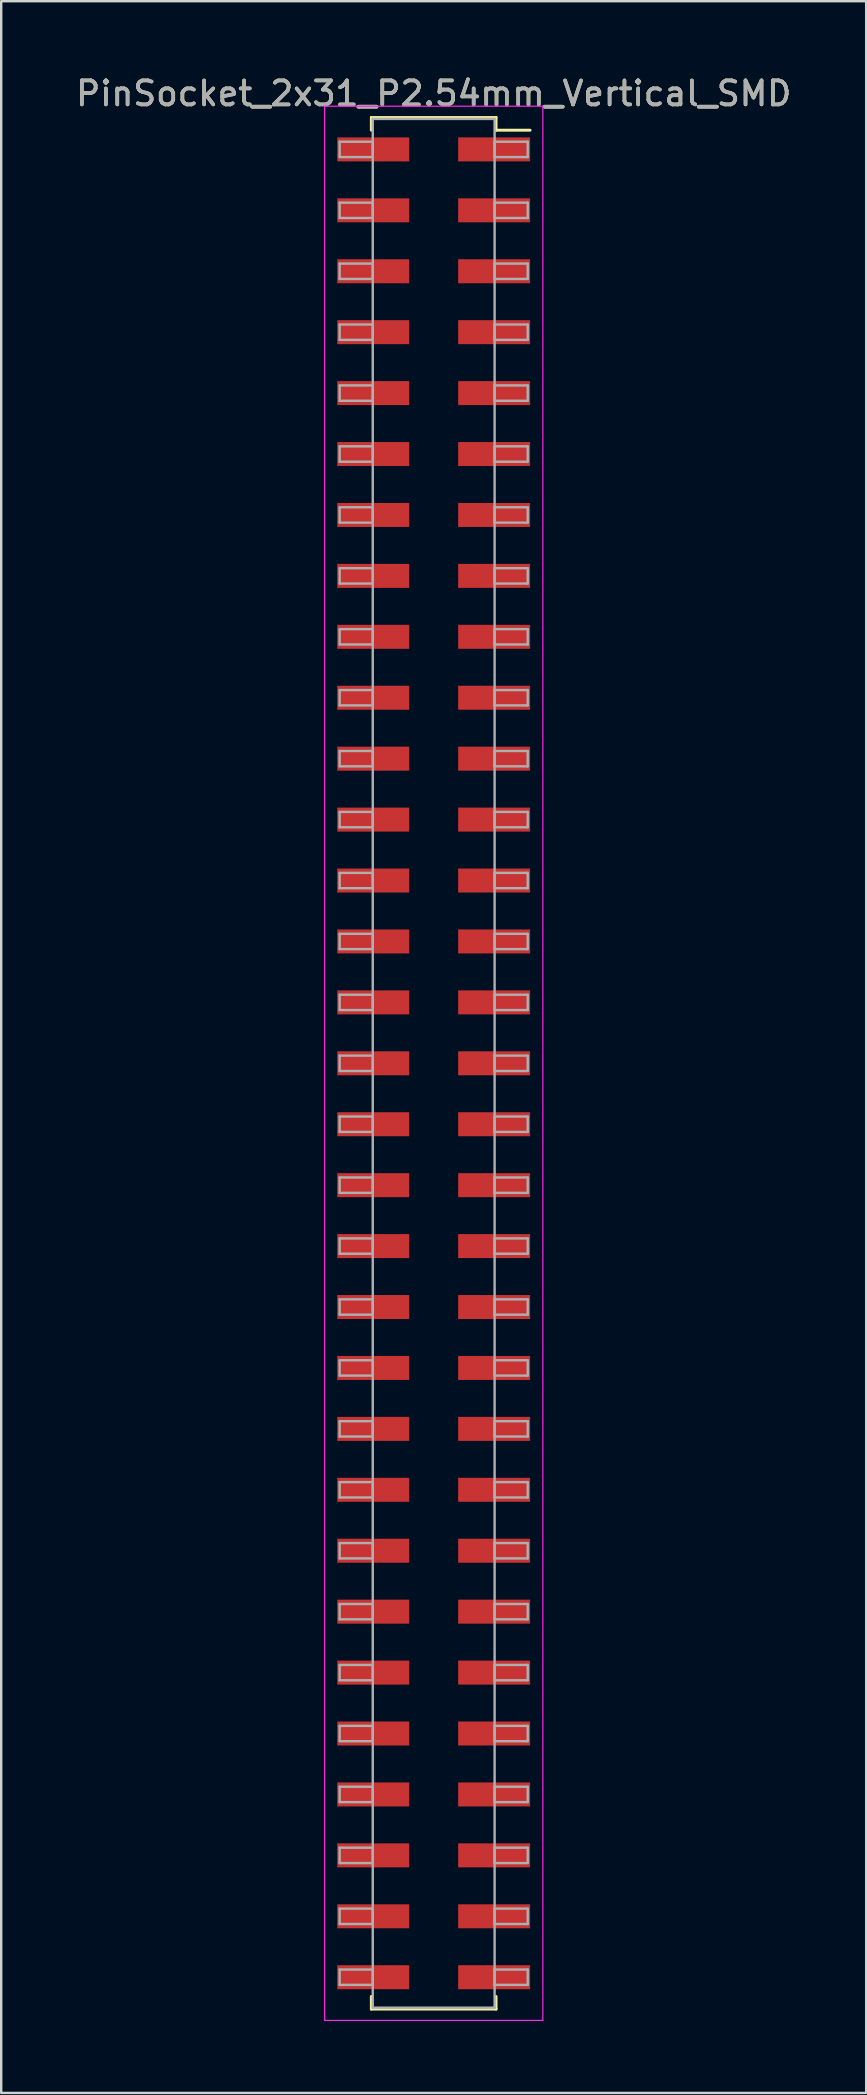
<source format=kicad_pcb>
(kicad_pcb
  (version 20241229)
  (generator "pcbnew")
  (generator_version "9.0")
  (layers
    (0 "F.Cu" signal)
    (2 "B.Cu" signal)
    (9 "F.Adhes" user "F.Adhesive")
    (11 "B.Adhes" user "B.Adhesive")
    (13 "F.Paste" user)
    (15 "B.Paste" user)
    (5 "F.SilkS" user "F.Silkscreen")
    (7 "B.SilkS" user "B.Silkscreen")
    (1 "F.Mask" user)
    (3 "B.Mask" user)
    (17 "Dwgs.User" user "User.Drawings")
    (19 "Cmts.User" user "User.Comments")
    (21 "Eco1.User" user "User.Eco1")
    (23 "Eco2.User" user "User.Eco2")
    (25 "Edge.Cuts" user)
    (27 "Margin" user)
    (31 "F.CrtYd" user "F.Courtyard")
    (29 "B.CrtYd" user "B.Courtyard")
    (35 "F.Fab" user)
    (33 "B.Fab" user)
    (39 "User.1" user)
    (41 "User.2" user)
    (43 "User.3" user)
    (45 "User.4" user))
  (footprint "PinSocket_2x31_P2.54mm_Vertical_SMD"
    (layer "F.Cu")
    (at 15.03 41.278)
    (property "Reference" "PinSocket_2x31_P2.54mm_Vertical_SMD" (at 0 -40.43 0) (layer "F.SilkS") (effects (font (size 1 1) (thickness 0.15))))
    (attr smd)
    (fp_line (start -2.6 -39.43) (end 2.6 -39.43) (stroke (width 0.12) (type solid)) (layer "F.SilkS"))
    (fp_line (start -2.6 -38.9) (end -2.6 -39.43) (stroke (width 0.12) (type solid)) (layer "F.SilkS"))
    (fp_line (start -2.6 38.9) (end -2.6 39.43) (stroke (width 0.12) (type solid)) (layer "F.SilkS"))
    (fp_line (start -2.6 39.43) (end 2.6 39.43) (stroke (width 0.12) (type solid)) (layer "F.SilkS"))
    (fp_line (start 2.6 -39.43) (end 2.6 -38.9) (stroke (width 0.12) (type solid)) (layer "F.SilkS"))
    (fp_line (start 2.6 39.43) (end 2.6 38.9) (stroke (width 0.12) (type solid)) (layer "F.SilkS"))
    (fp_line (start 4.02 -38.9) (end 2.6 -38.9) (stroke (width 0.12) (type solid)) (layer "F.SilkS"))
    (fp_line (start -4.55 -39.9) (end -4.55 39.9) (stroke (width 0.05) (type solid)) (layer "F.CrtYd"))
    (fp_line (start -4.55 39.9) (end 4.55 39.9) (stroke (width 0.05) (type solid)) (layer "F.CrtYd"))
    (fp_line (start 4.55 -39.9) (end -4.55 -39.9) (stroke (width 0.05) (type solid)) (layer "F.CrtYd"))
    (fp_line (start 4.55 39.9) (end 4.55 -39.9) (stroke (width 0.05) (type solid)) (layer "F.CrtYd"))
    (fp_line (start -3.92 -38.42) (end -2.54 -38.42) (stroke (width 0.1) (type solid)) (layer "F.Fab"))
    (fp_line (start -3.92 -37.78) (end -3.92 -38.42) (stroke (width 0.1) (type solid)) (layer "F.Fab"))
    (fp_line (start -3.92 -35.88) (end -2.54 -35.88) (stroke (width 0.1) (type solid)) (layer "F.Fab"))
    (fp_line (start -3.92 -35.24) (end -3.92 -35.88) (stroke (width 0.1) (type solid)) (layer "F.Fab"))
    (fp_line (start -3.92 -33.34) (end -2.54 -33.34) (stroke (width 0.1) (type solid)) (layer "F.Fab"))
    (fp_line (start -3.92 -32.7) (end -3.92 -33.34) (stroke (width 0.1) (type solid)) (layer "F.Fab"))
    (fp_line (start -3.92 -30.8) (end -2.54 -30.8) (stroke (width 0.1) (type solid)) (layer "F.Fab"))
    (fp_line (start -3.92 -30.16) (end -3.92 -30.8) (stroke (width 0.1) (type solid)) (layer "F.Fab"))
    (fp_line (start -3.92 -28.26) (end -2.54 -28.26) (stroke (width 0.1) (type solid)) (layer "F.Fab"))
    (fp_line (start -3.92 -27.62) (end -3.92 -28.26) (stroke (width 0.1) (type solid)) (layer "F.Fab"))
    (fp_line (start -3.92 -25.72) (end -2.54 -25.72) (stroke (width 0.1) (type solid)) (layer "F.Fab"))
    (fp_line (start -3.92 -25.08) (end -3.92 -25.72) (stroke (width 0.1) (type solid)) (layer "F.Fab"))
    (fp_line (start -3.92 -23.18) (end -2.54 -23.18) (stroke (width 0.1) (type solid)) (layer "F.Fab"))
    (fp_line (start -3.92 -22.54) (end -3.92 -23.18) (stroke (width 0.1) (type solid)) (layer "F.Fab"))
    (fp_line (start -3.92 -20.64) (end -2.54 -20.64) (stroke (width 0.1) (type solid)) (layer "F.Fab"))
    (fp_line (start -3.92 -20) (end -3.92 -20.64) (stroke (width 0.1) (type solid)) (layer "F.Fab"))
    (fp_line (start -3.92 -18.1) (end -2.54 -18.1) (stroke (width 0.1) (type solid)) (layer "F.Fab"))
    (fp_line (start -3.92 -17.46) (end -3.92 -18.1) (stroke (width 0.1) (type solid)) (layer "F.Fab"))
    (fp_line (start -3.92 -15.56) (end -2.54 -15.56) (stroke (width 0.1) (type solid)) (layer "F.Fab"))
    (fp_line (start -3.92 -14.92) (end -3.92 -15.56) (stroke (width 0.1) (type solid)) (layer "F.Fab"))
    (fp_line (start -3.92 -13.02) (end -2.54 -13.02) (stroke (width 0.1) (type solid)) (layer "F.Fab"))
    (fp_line (start -3.92 -12.38) (end -3.92 -13.02) (stroke (width 0.1) (type solid)) (layer "F.Fab"))
    (fp_line (start -3.92 -10.48) (end -2.54 -10.48) (stroke (width 0.1) (type solid)) (layer "F.Fab"))
    (fp_line (start -3.92 -9.84) (end -3.92 -10.48) (stroke (width 0.1) (type solid)) (layer "F.Fab"))
    (fp_line (start -3.92 -7.94) (end -2.54 -7.94) (stroke (width 0.1) (type solid)) (layer "F.Fab"))
    (fp_line (start -3.92 -7.3) (end -3.92 -7.94) (stroke (width 0.1) (type solid)) (layer "F.Fab"))
    (fp_line (start -3.92 -5.4) (end -2.54 -5.4) (stroke (width 0.1) (type solid)) (layer "F.Fab"))
    (fp_line (start -3.92 -4.76) (end -3.92 -5.4) (stroke (width 0.1) (type solid)) (layer "F.Fab"))
    (fp_line (start -3.92 -2.86) (end -2.54 -2.86) (stroke (width 0.1) (type solid)) (layer "F.Fab"))
    (fp_line (start -3.92 -2.22) (end -3.92 -2.86) (stroke (width 0.1) (type solid)) (layer "F.Fab"))
    (fp_line (start -3.92 -0.32) (end -2.54 -0.32) (stroke (width 0.1) (type solid)) (layer "F.Fab"))
    (fp_line (start -3.92 0.32) (end -3.92 -0.32) (stroke (width 0.1) (type solid)) (layer "F.Fab"))
    (fp_line (start -3.92 2.22) (end -2.54 2.22) (stroke (width 0.1) (type solid)) (layer "F.Fab"))
    (fp_line (start -3.92 2.86) (end -3.92 2.22) (stroke (width 0.1) (type solid)) (layer "F.Fab"))
    (fp_line (start -3.92 4.76) (end -2.54 4.76) (stroke (width 0.1) (type solid)) (layer "F.Fab"))
    (fp_line (start -3.92 5.4) (end -3.92 4.76) (stroke (width 0.1) (type solid)) (layer "F.Fab"))
    (fp_line (start -3.92 7.3) (end -2.54 7.3) (stroke (width 0.1) (type solid)) (layer "F.Fab"))
    (fp_line (start -3.92 7.94) (end -3.92 7.3) (stroke (width 0.1) (type solid)) (layer "F.Fab"))
    (fp_line (start -3.92 9.84) (end -2.54 9.84) (stroke (width 0.1) (type solid)) (layer "F.Fab"))
    (fp_line (start -3.92 10.48) (end -3.92 9.84) (stroke (width 0.1) (type solid)) (layer "F.Fab"))
    (fp_line (start -3.92 12.38) (end -2.54 12.38) (stroke (width 0.1) (type solid)) (layer "F.Fab"))
    (fp_line (start -3.92 13.02) (end -3.92 12.38) (stroke (width 0.1) (type solid)) (layer "F.Fab"))
    (fp_line (start -3.92 14.92) (end -2.54 14.92) (stroke (width 0.1) (type solid)) (layer "F.Fab"))
    (fp_line (start -3.92 15.56) (end -3.92 14.92) (stroke (width 0.1) (type solid)) (layer "F.Fab"))
    (fp_line (start -3.92 17.46) (end -2.54 17.46) (stroke (width 0.1) (type solid)) (layer "F.Fab"))
    (fp_line (start -3.92 18.1) (end -3.92 17.46) (stroke (width 0.1) (type solid)) (layer "F.Fab"))
    (fp_line (start -3.92 20) (end -2.54 20) (stroke (width 0.1) (type solid)) (layer "F.Fab"))
    (fp_line (start -3.92 20.64) (end -3.92 20) (stroke (width 0.1) (type solid)) (layer "F.Fab"))
    (fp_line (start -3.92 22.54) (end -2.54 22.54) (stroke (width 0.1) (type solid)) (layer "F.Fab"))
    (fp_line (start -3.92 23.18) (end -3.92 22.54) (stroke (width 0.1) (type solid)) (layer "F.Fab"))
    (fp_line (start -3.92 25.08) (end -2.54 25.08) (stroke (width 0.1) (type solid)) (layer "F.Fab"))
    (fp_line (start -3.92 25.72) (end -3.92 25.08) (stroke (width 0.1) (type solid)) (layer "F.Fab"))
    (fp_line (start -3.92 27.62) (end -2.54 27.62) (stroke (width 0.1) (type solid)) (layer "F.Fab"))
    (fp_line (start -3.92 28.26) (end -3.92 27.62) (stroke (width 0.1) (type solid)) (layer "F.Fab"))
    (fp_line (start -3.92 30.16) (end -2.54 30.16) (stroke (width 0.1) (type solid)) (layer "F.Fab"))
    (fp_line (start -3.92 30.8) (end -3.92 30.16) (stroke (width 0.1) (type solid)) (layer "F.Fab"))
    (fp_line (start -3.92 32.7) (end -2.54 32.7) (stroke (width 0.1) (type solid)) (layer "F.Fab"))
    (fp_line (start -3.92 33.34) (end -3.92 32.7) (stroke (width 0.1) (type solid)) (layer "F.Fab"))
    (fp_line (start -3.92 35.24) (end -2.54 35.24) (stroke (width 0.1) (type solid)) (layer "F.Fab"))
    (fp_line (start -3.92 35.88) (end -3.92 35.24) (stroke (width 0.1) (type solid)) (layer "F.Fab"))
    (fp_line (start -3.92 37.78) (end -2.54 37.78) (stroke (width 0.1) (type solid)) (layer "F.Fab"))
    (fp_line (start -3.92 38.42) (end -3.92 37.78) (stroke (width 0.1) (type solid)) (layer "F.Fab"))
    (fp_line (start -2.54 -39.37) (end -2.54 39.37) (stroke (width 0.1) (type solid)) (layer "F.Fab"))
    (fp_line (start -2.54 -38.42) (end -2.54 -37.78) (stroke (width 0.1) (type solid)) (layer "F.Fab"))
    (fp_line (start -2.54 -37.78) (end -3.92 -37.78) (stroke (width 0.1) (type solid)) (layer "F.Fab"))
    (fp_line (start -2.54 -35.88) (end -2.54 -35.24) (stroke (width 0.1) (type solid)) (layer "F.Fab"))
    (fp_line (start -2.54 -35.24) (end -3.92 -35.24) (stroke (width 0.1) (type solid)) (layer "F.Fab"))
    (fp_line (start -2.54 -33.34) (end -2.54 -32.7) (stroke (width 0.1) (type solid)) (layer "F.Fab"))
    (fp_line (start -2.54 -32.7) (end -3.92 -32.7) (stroke (width 0.1) (type solid)) (layer "F.Fab"))
    (fp_line (start -2.54 -30.8) (end -2.54 -30.16) (stroke (width 0.1) (type solid)) (layer "F.Fab"))
    (fp_line (start -2.54 -30.16) (end -3.92 -30.16) (stroke (width 0.1) (type solid)) (layer "F.Fab"))
    (fp_line (start -2.54 -28.26) (end -2.54 -27.62) (stroke (width 0.1) (type solid)) (layer "F.Fab"))
    (fp_line (start -2.54 -27.62) (end -3.92 -27.62) (stroke (width 0.1) (type solid)) (layer "F.Fab"))
    (fp_line (start -2.54 -25.72) (end -2.54 -25.08) (stroke (width 0.1) (type solid)) (layer "F.Fab"))
    (fp_line (start -2.54 -25.08) (end -3.92 -25.08) (stroke (width 0.1) (type solid)) (layer "F.Fab"))
    (fp_line (start -2.54 -23.18) (end -2.54 -22.54) (stroke (width 0.1) (type solid)) (layer "F.Fab"))
    (fp_line (start -2.54 -22.54) (end -3.92 -22.54) (stroke (width 0.1) (type solid)) (layer "F.Fab"))
    (fp_line (start -2.54 -20.64) (end -2.54 -20) (stroke (width 0.1) (type solid)) (layer "F.Fab"))
    (fp_line (start -2.54 -20) (end -3.92 -20) (stroke (width 0.1) (type solid)) (layer "F.Fab"))
    (fp_line (start -2.54 -18.1) (end -2.54 -17.46) (stroke (width 0.1) (type solid)) (layer "F.Fab"))
    (fp_line (start -2.54 -17.46) (end -3.92 -17.46) (stroke (width 0.1) (type solid)) (layer "F.Fab"))
    (fp_line (start -2.54 -15.56) (end -2.54 -14.92) (stroke (width 0.1) (type solid)) (layer "F.Fab"))
    (fp_line (start -2.54 -14.92) (end -3.92 -14.92) (stroke (width 0.1) (type solid)) (layer "F.Fab"))
    (fp_line (start -2.54 -13.02) (end -2.54 -12.38) (stroke (width 0.1) (type solid)) (layer "F.Fab"))
    (fp_line (start -2.54 -12.38) (end -3.92 -12.38) (stroke (width 0.1) (type solid)) (layer "F.Fab"))
    (fp_line (start -2.54 -10.48) (end -2.54 -9.84) (stroke (width 0.1) (type solid)) (layer "F.Fab"))
    (fp_line (start -2.54 -9.84) (end -3.92 -9.84) (stroke (width 0.1) (type solid)) (layer "F.Fab"))
    (fp_line (start -2.54 -7.94) (end -2.54 -7.3) (stroke (width 0.1) (type solid)) (layer "F.Fab"))
    (fp_line (start -2.54 -7.3) (end -3.92 -7.3) (stroke (width 0.1) (type solid)) (layer "F.Fab"))
    (fp_line (start -2.54 -5.4) (end -2.54 -4.76) (stroke (width 0.1) (type solid)) (layer "F.Fab"))
    (fp_line (start -2.54 -4.76) (end -3.92 -4.76) (stroke (width 0.1) (type solid)) (layer "F.Fab"))
    (fp_line (start -2.54 -2.86) (end -2.54 -2.22) (stroke (width 0.1) (type solid)) (layer "F.Fab"))
    (fp_line (start -2.54 -2.22) (end -3.92 -2.22) (stroke (width 0.1) (type solid)) (layer "F.Fab"))
    (fp_line (start -2.54 -0.32) (end -2.54 0.32) (stroke (width 0.1) (type solid)) (layer "F.Fab"))
    (fp_line (start -2.54 0.32) (end -3.92 0.32) (stroke (width 0.1) (type solid)) (layer "F.Fab"))
    (fp_line (start -2.54 2.22) (end -2.54 2.86) (stroke (width 0.1) (type solid)) (layer "F.Fab"))
    (fp_line (start -2.54 2.86) (end -3.92 2.86) (stroke (width 0.1) (type solid)) (layer "F.Fab"))
    (fp_line (start -2.54 4.76) (end -2.54 5.4) (stroke (width 0.1) (type solid)) (layer "F.Fab"))
    (fp_line (start -2.54 5.4) (end -3.92 5.4) (stroke (width 0.1) (type solid)) (layer "F.Fab"))
    (fp_line (start -2.54 7.3) (end -2.54 7.94) (stroke (width 0.1) (type solid)) (layer "F.Fab"))
    (fp_line (start -2.54 7.94) (end -3.92 7.94) (stroke (width 0.1) (type solid)) (layer "F.Fab"))
    (fp_line (start -2.54 9.84) (end -2.54 10.48) (stroke (width 0.1) (type solid)) (layer "F.Fab"))
    (fp_line (start -2.54 10.48) (end -3.92 10.48) (stroke (width 0.1) (type solid)) (layer "F.Fab"))
    (fp_line (start -2.54 12.38) (end -2.54 13.02) (stroke (width 0.1) (type solid)) (layer "F.Fab"))
    (fp_line (start -2.54 13.02) (end -3.92 13.02) (stroke (width 0.1) (type solid)) (layer "F.Fab"))
    (fp_line (start -2.54 14.92) (end -2.54 15.56) (stroke (width 0.1) (type solid)) (layer "F.Fab"))
    (fp_line (start -2.54 15.56) (end -3.92 15.56) (stroke (width 0.1) (type solid)) (layer "F.Fab"))
    (fp_line (start -2.54 17.46) (end -2.54 18.1) (stroke (width 0.1) (type solid)) (layer "F.Fab"))
    (fp_line (start -2.54 18.1) (end -3.92 18.1) (stroke (width 0.1) (type solid)) (layer "F.Fab"))
    (fp_line (start -2.54 20) (end -2.54 20.64) (stroke (width 0.1) (type solid)) (layer "F.Fab"))
    (fp_line (start -2.54 20.64) (end -3.92 20.64) (stroke (width 0.1) (type solid)) (layer "F.Fab"))
    (fp_line (start -2.54 22.54) (end -2.54 23.18) (stroke (width 0.1) (type solid)) (layer "F.Fab"))
    (fp_line (start -2.54 23.18) (end -3.92 23.18) (stroke (width 0.1) (type solid)) (layer "F.Fab"))
    (fp_line (start -2.54 25.08) (end -2.54 25.72) (stroke (width 0.1) (type solid)) (layer "F.Fab"))
    (fp_line (start -2.54 25.72) (end -3.92 25.72) (stroke (width 0.1) (type solid)) (layer "F.Fab"))
    (fp_line (start -2.54 27.62) (end -2.54 28.26) (stroke (width 0.1) (type solid)) (layer "F.Fab"))
    (fp_line (start -2.54 28.26) (end -3.92 28.26) (stroke (width 0.1) (type solid)) (layer "F.Fab"))
    (fp_line (start -2.54 30.16) (end -2.54 30.8) (stroke (width 0.1) (type solid)) (layer "F.Fab"))
    (fp_line (start -2.54 30.8) (end -3.92 30.8) (stroke (width 0.1) (type solid)) (layer "F.Fab"))
    (fp_line (start -2.54 32.7) (end -2.54 33.34) (stroke (width 0.1) (type solid)) (layer "F.Fab"))
    (fp_line (start -2.54 33.34) (end -3.92 33.34) (stroke (width 0.1) (type solid)) (layer "F.Fab"))
    (fp_line (start -2.54 35.24) (end -2.54 35.88) (stroke (width 0.1) (type solid)) (layer "F.Fab"))
    (fp_line (start -2.54 35.88) (end -3.92 35.88) (stroke (width 0.1) (type solid)) (layer "F.Fab"))
    (fp_line (start -2.54 37.78) (end -2.54 38.42) (stroke (width 0.1) (type solid)) (layer "F.Fab"))
    (fp_line (start -2.54 38.42) (end -3.92 38.42) (stroke (width 0.1) (type solid)) (layer "F.Fab"))
    (fp_line (start -2.54 39.37) (end 2.54 39.37) (stroke (width 0.1) (type solid)) (layer "F.Fab"))
    (fp_line (start 2.54 -39.37) (end -2.54 -39.37) (stroke (width 0.1) (type solid)) (layer "F.Fab"))
    (fp_line (start 2.54 -38.42) (end 2.54 -37.78) (stroke (width 0.1) (type solid)) (layer "F.Fab"))
    (fp_line (start 2.54 -37.78) (end 3.92 -37.78) (stroke (width 0.1) (type solid)) (layer "F.Fab"))
    (fp_line (start 2.54 -35.88) (end 2.54 -35.24) (stroke (width 0.1) (type solid)) (layer "F.Fab"))
    (fp_line (start 2.54 -35.24) (end 3.92 -35.24) (stroke (width 0.1) (type solid)) (layer "F.Fab"))
    (fp_line (start 2.54 -33.34) (end 2.54 -32.7) (stroke (width 0.1) (type solid)) (layer "F.Fab"))
    (fp_line (start 2.54 -32.7) (end 3.92 -32.7) (stroke (width 0.1) (type solid)) (layer "F.Fab"))
    (fp_line (start 2.54 -30.8) (end 2.54 -30.16) (stroke (width 0.1) (type solid)) (layer "F.Fab"))
    (fp_line (start 2.54 -30.16) (end 3.92 -30.16) (stroke (width 0.1) (type solid)) (layer "F.Fab"))
    (fp_line (start 2.54 -28.26) (end 2.54 -27.62) (stroke (width 0.1) (type solid)) (layer "F.Fab"))
    (fp_line (start 2.54 -27.62) (end 3.92 -27.62) (stroke (width 0.1) (type solid)) (layer "F.Fab"))
    (fp_line (start 2.54 -25.72) (end 2.54 -25.08) (stroke (width 0.1) (type solid)) (layer "F.Fab"))
    (fp_line (start 2.54 -25.08) (end 3.92 -25.08) (stroke (width 0.1) (type solid)) (layer "F.Fab"))
    (fp_line (start 2.54 -23.18) (end 2.54 -22.54) (stroke (width 0.1) (type solid)) (layer "F.Fab"))
    (fp_line (start 2.54 -22.54) (end 3.92 -22.54) (stroke (width 0.1) (type solid)) (layer "F.Fab"))
    (fp_line (start 2.54 -20.64) (end 2.54 -20) (stroke (width 0.1) (type solid)) (layer "F.Fab"))
    (fp_line (start 2.54 -20) (end 3.92 -20) (stroke (width 0.1) (type solid)) (layer "F.Fab"))
    (fp_line (start 2.54 -18.1) (end 2.54 -17.46) (stroke (width 0.1) (type solid)) (layer "F.Fab"))
    (fp_line (start 2.54 -17.46) (end 3.92 -17.46) (stroke (width 0.1) (type solid)) (layer "F.Fab"))
    (fp_line (start 2.54 -15.56) (end 2.54 -14.92) (stroke (width 0.1) (type solid)) (layer "F.Fab"))
    (fp_line (start 2.54 -14.92) (end 3.92 -14.92) (stroke (width 0.1) (type solid)) (layer "F.Fab"))
    (fp_line (start 2.54 -13.02) (end 2.54 -12.38) (stroke (width 0.1) (type solid)) (layer "F.Fab"))
    (fp_line (start 2.54 -12.38) (end 3.92 -12.38) (stroke (width 0.1) (type solid)) (layer "F.Fab"))
    (fp_line (start 2.54 -10.48) (end 2.54 -9.84) (stroke (width 0.1) (type solid)) (layer "F.Fab"))
    (fp_line (start 2.54 -9.84) (end 3.92 -9.84) (stroke (width 0.1) (type solid)) (layer "F.Fab"))
    (fp_line (start 2.54 -7.94) (end 2.54 -7.3) (stroke (width 0.1) (type solid)) (layer "F.Fab"))
    (fp_line (start 2.54 -7.3) (end 3.92 -7.3) (stroke (width 0.1) (type solid)) (layer "F.Fab"))
    (fp_line (start 2.54 -5.4) (end 2.54 -4.76) (stroke (width 0.1) (type solid)) (layer "F.Fab"))
    (fp_line (start 2.54 -4.76) (end 3.92 -4.76) (stroke (width 0.1) (type solid)) (layer "F.Fab"))
    (fp_line (start 2.54 -2.86) (end 2.54 -2.22) (stroke (width 0.1) (type solid)) (layer "F.Fab"))
    (fp_line (start 2.54 -2.22) (end 3.92 -2.22) (stroke (width 0.1) (type solid)) (layer "F.Fab"))
    (fp_line (start 2.54 -0.32) (end 2.54 0.32) (stroke (width 0.1) (type solid)) (layer "F.Fab"))
    (fp_line (start 2.54 0.32) (end 3.92 0.32) (stroke (width 0.1) (type solid)) (layer "F.Fab"))
    (fp_line (start 2.54 2.22) (end 2.54 2.86) (stroke (width 0.1) (type solid)) (layer "F.Fab"))
    (fp_line (start 2.54 2.86) (end 3.92 2.86) (stroke (width 0.1) (type solid)) (layer "F.Fab"))
    (fp_line (start 2.54 4.76) (end 2.54 5.4) (stroke (width 0.1) (type solid)) (layer "F.Fab"))
    (fp_line (start 2.54 5.4) (end 3.92 5.4) (stroke (width 0.1) (type solid)) (layer "F.Fab"))
    (fp_line (start 2.54 7.3) (end 2.54 7.94) (stroke (width 0.1) (type solid)) (layer "F.Fab"))
    (fp_line (start 2.54 7.94) (end 3.92 7.94) (stroke (width 0.1) (type solid)) (layer "F.Fab"))
    (fp_line (start 2.54 9.84) (end 2.54 10.48) (stroke (width 0.1) (type solid)) (layer "F.Fab"))
    (fp_line (start 2.54 10.48) (end 3.92 10.48) (stroke (width 0.1) (type solid)) (layer "F.Fab"))
    (fp_line (start 2.54 12.38) (end 2.54 13.02) (stroke (width 0.1) (type solid)) (layer "F.Fab"))
    (fp_line (start 2.54 13.02) (end 3.92 13.02) (stroke (width 0.1) (type solid)) (layer "F.Fab"))
    (fp_line (start 2.54 14.92) (end 2.54 15.56) (stroke (width 0.1) (type solid)) (layer "F.Fab"))
    (fp_line (start 2.54 15.56) (end 3.92 15.56) (stroke (width 0.1) (type solid)) (layer "F.Fab"))
    (fp_line (start 2.54 17.46) (end 2.54 18.1) (stroke (width 0.1) (type solid)) (layer "F.Fab"))
    (fp_line (start 2.54 18.1) (end 3.92 18.1) (stroke (width 0.1) (type solid)) (layer "F.Fab"))
    (fp_line (start 2.54 20) (end 2.54 20.64) (stroke (width 0.1) (type solid)) (layer "F.Fab"))
    (fp_line (start 2.54 20.64) (end 3.92 20.64) (stroke (width 0.1) (type solid)) (layer "F.Fab"))
    (fp_line (start 2.54 22.54) (end 2.54 23.18) (stroke (width 0.1) (type solid)) (layer "F.Fab"))
    (fp_line (start 2.54 23.18) (end 3.92 23.18) (stroke (width 0.1) (type solid)) (layer "F.Fab"))
    (fp_line (start 2.54 25.08) (end 2.54 25.72) (stroke (width 0.1) (type solid)) (layer "F.Fab"))
    (fp_line (start 2.54 25.72) (end 3.92 25.72) (stroke (width 0.1) (type solid)) (layer "F.Fab"))
    (fp_line (start 2.54 27.62) (end 2.54 28.26) (stroke (width 0.1) (type solid)) (layer "F.Fab"))
    (fp_line (start 2.54 28.26) (end 3.92 28.26) (stroke (width 0.1) (type solid)) (layer "F.Fab"))
    (fp_line (start 2.54 30.16) (end 2.54 30.8) (stroke (width 0.1) (type solid)) (layer "F.Fab"))
    (fp_line (start 2.54 30.8) (end 3.92 30.8) (stroke (width 0.1) (type solid)) (layer "F.Fab"))
    (fp_line (start 2.54 32.7) (end 2.54 33.34) (stroke (width 0.1) (type solid)) (layer "F.Fab"))
    (fp_line (start 2.54 33.34) (end 3.92 33.34) (stroke (width 0.1) (type solid)) (layer "F.Fab"))
    (fp_line (start 2.54 35.24) (end 2.54 35.88) (stroke (width 0.1) (type solid)) (layer "F.Fab"))
    (fp_line (start 2.54 35.88) (end 3.92 35.88) (stroke (width 0.1) (type solid)) (layer "F.Fab"))
    (fp_line (start 2.54 37.78) (end 2.54 38.42) (stroke (width 0.1) (type solid)) (layer "F.Fab"))
    (fp_line (start 2.54 38.42) (end 3.92 38.42) (stroke (width 0.1) (type solid)) (layer "F.Fab"))
    (fp_line (start 2.54 39.37) (end 2.54 -39.37) (stroke (width 0.1) (type solid)) (layer "F.Fab"))
    (fp_line (start 3.92 -38.42) (end 2.54 -38.42) (stroke (width 0.1) (type solid)) (layer "F.Fab"))
    (fp_line (start 3.92 -37.78) (end 3.92 -38.42) (stroke (width 0.1) (type solid)) (layer "F.Fab"))
    (fp_line (start 3.92 -35.88) (end 2.54 -35.88) (stroke (width 0.1) (type solid)) (layer "F.Fab"))
    (fp_line (start 3.92 -35.24) (end 3.92 -35.88) (stroke (width 0.1) (type solid)) (layer "F.Fab"))
    (fp_line (start 3.92 -33.34) (end 2.54 -33.34) (stroke (width 0.1) (type solid)) (layer "F.Fab"))
    (fp_line (start 3.92 -32.7) (end 3.92 -33.34) (stroke (width 0.1) (type solid)) (layer "F.Fab"))
    (fp_line (start 3.92 -30.8) (end 2.54 -30.8) (stroke (width 0.1) (type solid)) (layer "F.Fab"))
    (fp_line (start 3.92 -30.16) (end 3.92 -30.8) (stroke (width 0.1) (type solid)) (layer "F.Fab"))
    (fp_line (start 3.92 -28.26) (end 2.54 -28.26) (stroke (width 0.1) (type solid)) (layer "F.Fab"))
    (fp_line (start 3.92 -27.62) (end 3.92 -28.26) (stroke (width 0.1) (type solid)) (layer "F.Fab"))
    (fp_line (start 3.92 -25.72) (end 2.54 -25.72) (stroke (width 0.1) (type solid)) (layer "F.Fab"))
    (fp_line (start 3.92 -25.08) (end 3.92 -25.72) (stroke (width 0.1) (type solid)) (layer "F.Fab"))
    (fp_line (start 3.92 -23.18) (end 2.54 -23.18) (stroke (width 0.1) (type solid)) (layer "F.Fab"))
    (fp_line (start 3.92 -22.54) (end 3.92 -23.18) (stroke (width 0.1) (type solid)) (layer "F.Fab"))
    (fp_line (start 3.92 -20.64) (end 2.54 -20.64) (stroke (width 0.1) (type solid)) (layer "F.Fab"))
    (fp_line (start 3.92 -20) (end 3.92 -20.64) (stroke (width 0.1) (type solid)) (layer "F.Fab"))
    (fp_line (start 3.92 -18.1) (end 2.54 -18.1) (stroke (width 0.1) (type solid)) (layer "F.Fab"))
    (fp_line (start 3.92 -17.46) (end 3.92 -18.1) (stroke (width 0.1) (type solid)) (layer "F.Fab"))
    (fp_line (start 3.92 -15.56) (end 2.54 -15.56) (stroke (width 0.1) (type solid)) (layer "F.Fab"))
    (fp_line (start 3.92 -14.92) (end 3.92 -15.56) (stroke (width 0.1) (type solid)) (layer "F.Fab"))
    (fp_line (start 3.92 -13.02) (end 2.54 -13.02) (stroke (width 0.1) (type solid)) (layer "F.Fab"))
    (fp_line (start 3.92 -12.38) (end 3.92 -13.02) (stroke (width 0.1) (type solid)) (layer "F.Fab"))
    (fp_line (start 3.92 -10.48) (end 2.54 -10.48) (stroke (width 0.1) (type solid)) (layer "F.Fab"))
    (fp_line (start 3.92 -9.84) (end 3.92 -10.48) (stroke (width 0.1) (type solid)) (layer "F.Fab"))
    (fp_line (start 3.92 -7.94) (end 2.54 -7.94) (stroke (width 0.1) (type solid)) (layer "F.Fab"))
    (fp_line (start 3.92 -7.3) (end 3.92 -7.94) (stroke (width 0.1) (type solid)) (layer "F.Fab"))
    (fp_line (start 3.92 -5.4) (end 2.54 -5.4) (stroke (width 0.1) (type solid)) (layer "F.Fab"))
    (fp_line (start 3.92 -4.76) (end 3.92 -5.4) (stroke (width 0.1) (type solid)) (layer "F.Fab"))
    (fp_line (start 3.92 -2.86) (end 2.54 -2.86) (stroke (width 0.1) (type solid)) (layer "F.Fab"))
    (fp_line (start 3.92 -2.22) (end 3.92 -2.86) (stroke (width 0.1) (type solid)) (layer "F.Fab"))
    (fp_line (start 3.92 -0.32) (end 2.54 -0.32) (stroke (width 0.1) (type solid)) (layer "F.Fab"))
    (fp_line (start 3.92 0.32) (end 3.92 -0.32) (stroke (width 0.1) (type solid)) (layer "F.Fab"))
    (fp_line (start 3.92 2.22) (end 2.54 2.22) (stroke (width 0.1) (type solid)) (layer "F.Fab"))
    (fp_line (start 3.92 2.86) (end 3.92 2.22) (stroke (width 0.1) (type solid)) (layer "F.Fab"))
    (fp_line (start 3.92 4.76) (end 2.54 4.76) (stroke (width 0.1) (type solid)) (layer "F.Fab"))
    (fp_line (start 3.92 5.4) (end 3.92 4.76) (stroke (width 0.1) (type solid)) (layer "F.Fab"))
    (fp_line (start 3.92 7.3) (end 2.54 7.3) (stroke (width 0.1) (type solid)) (layer "F.Fab"))
    (fp_line (start 3.92 7.94) (end 3.92 7.3) (stroke (width 0.1) (type solid)) (layer "F.Fab"))
    (fp_line (start 3.92 9.84) (end 2.54 9.84) (stroke (width 0.1) (type solid)) (layer "F.Fab"))
    (fp_line (start 3.92 10.48) (end 3.92 9.84) (stroke (width 0.1) (type solid)) (layer "F.Fab"))
    (fp_line (start 3.92 12.38) (end 2.54 12.38) (stroke (width 0.1) (type solid)) (layer "F.Fab"))
    (fp_line (start 3.92 13.02) (end 3.92 12.38) (stroke (width 0.1) (type solid)) (layer "F.Fab"))
    (fp_line (start 3.92 14.92) (end 2.54 14.92) (stroke (width 0.1) (type solid)) (layer "F.Fab"))
    (fp_line (start 3.92 15.56) (end 3.92 14.92) (stroke (width 0.1) (type solid)) (layer "F.Fab"))
    (fp_line (start 3.92 17.46) (end 2.54 17.46) (stroke (width 0.1) (type solid)) (layer "F.Fab"))
    (fp_line (start 3.92 18.1) (end 3.92 17.46) (stroke (width 0.1) (type solid)) (layer "F.Fab"))
    (fp_line (start 3.92 20) (end 2.54 20) (stroke (width 0.1) (type solid)) (layer "F.Fab"))
    (fp_line (start 3.92 20.64) (end 3.92 20) (stroke (width 0.1) (type solid)) (layer "F.Fab"))
    (fp_line (start 3.92 22.54) (end 2.54 22.54) (stroke (width 0.1) (type solid)) (layer "F.Fab"))
    (fp_line (start 3.92 23.18) (end 3.92 22.54) (stroke (width 0.1) (type solid)) (layer "F.Fab"))
    (fp_line (start 3.92 25.08) (end 2.54 25.08) (stroke (width 0.1) (type solid)) (layer "F.Fab"))
    (fp_line (start 3.92 25.72) (end 3.92 25.08) (stroke (width 0.1) (type solid)) (layer "F.Fab"))
    (fp_line (start 3.92 27.62) (end 2.54 27.62) (stroke (width 0.1) (type solid)) (layer "F.Fab"))
    (fp_line (start 3.92 28.26) (end 3.92 27.62) (stroke (width 0.1) (type solid)) (layer "F.Fab"))
    (fp_line (start 3.92 30.16) (end 2.54 30.16) (stroke (width 0.1) (type solid)) (layer "F.Fab"))
    (fp_line (start 3.92 30.8) (end 3.92 30.16) (stroke (width 0.1) (type solid)) (layer "F.Fab"))
    (fp_line (start 3.92 32.7) (end 2.54 32.7) (stroke (width 0.1) (type solid)) (layer "F.Fab"))
    (fp_line (start 3.92 33.34) (end 3.92 32.7) (stroke (width 0.1) (type solid)) (layer "F.Fab"))
    (fp_line (start 3.92 35.24) (end 2.54 35.24) (stroke (width 0.1) (type solid)) (layer "F.Fab"))
    (fp_line (start 3.92 35.88) (end 3.92 35.24) (stroke (width 0.1) (type solid)) (layer "F.Fab"))
    (fp_line (start 3.92 37.78) (end 2.54 37.78) (stroke (width 0.1) (type solid)) (layer "F.Fab"))
    (fp_line (start 3.92 38.42) (end 3.92 37.78) (stroke (width 0.1) (type solid)) (layer "F.Fab"))
    (fp_text user "${REFERENCE}" (at 0 -40.43 0) (layer "F.Fab") (effects (font (size 1 1) (thickness 0.15))))
    (pad "1" smd rect (at 2.52 -38.1) (size 3 1) (layers "F.Cu" "F.Mask" "F.Paste"))
    (pad "2" smd rect (at -2.52 -38.1) (size 3 1) (layers "F.Cu" "F.Mask" "F.Paste"))
    (pad "3" smd rect (at 2.52 -35.56) (size 3 1) (layers "F.Cu" "F.Mask" "F.Paste"))
    (pad "4" smd rect (at -2.52 -35.56) (size 3 1) (layers "F.Cu" "F.Mask" "F.Paste"))
    (pad "5" smd rect (at 2.52 -33.02) (size 3 1) (layers "F.Cu" "F.Mask" "F.Paste"))
    (pad "6" smd rect (at -2.52 -33.02) (size 3 1) (layers "F.Cu" "F.Mask" "F.Paste"))
    (pad "7" smd rect (at 2.52 -30.48) (size 3 1) (layers "F.Cu" "F.Mask" "F.Paste"))
    (pad "8" smd rect (at -2.52 -30.48) (size 3 1) (layers "F.Cu" "F.Mask" "F.Paste"))
    (pad "9" smd rect (at 2.52 -27.94) (size 3 1) (layers "F.Cu" "F.Mask" "F.Paste"))
    (pad "10" smd rect (at -2.52 -27.94) (size 3 1) (layers "F.Cu" "F.Mask" "F.Paste"))
    (pad "11" smd rect (at 2.52 -25.4) (size 3 1) (layers "F.Cu" "F.Mask" "F.Paste"))
    (pad "12" smd rect (at -2.52 -25.4) (size 3 1) (layers "F.Cu" "F.Mask" "F.Paste"))
    (pad "13" smd rect (at 2.52 -22.86) (size 3 1) (layers "F.Cu" "F.Mask" "F.Paste"))
    (pad "14" smd rect (at -2.52 -22.86) (size 3 1) (layers "F.Cu" "F.Mask" "F.Paste"))
    (pad "15" smd rect (at 2.52 -20.32) (size 3 1) (layers "F.Cu" "F.Mask" "F.Paste"))
    (pad "16" smd rect (at -2.52 -20.32) (size 3 1) (layers "F.Cu" "F.Mask" "F.Paste"))
    (pad "17" smd rect (at 2.52 -17.78) (size 3 1) (layers "F.Cu" "F.Mask" "F.Paste"))
    (pad "18" smd rect (at -2.52 -17.78) (size 3 1) (layers "F.Cu" "F.Mask" "F.Paste"))
    (pad "19" smd rect (at 2.52 -15.24) (size 3 1) (layers "F.Cu" "F.Mask" "F.Paste"))
    (pad "20" smd rect (at -2.52 -15.24) (size 3 1) (layers "F.Cu" "F.Mask" "F.Paste"))
    (pad "21" smd rect (at 2.52 -12.7) (size 3 1) (layers "F.Cu" "F.Mask" "F.Paste"))
    (pad "22" smd rect (at -2.52 -12.7) (size 3 1) (layers "F.Cu" "F.Mask" "F.Paste"))
    (pad "23" smd rect (at 2.52 -10.16) (size 3 1) (layers "F.Cu" "F.Mask" "F.Paste"))
    (pad "24" smd rect (at -2.52 -10.16) (size 3 1) (layers "F.Cu" "F.Mask" "F.Paste"))
    (pad "25" smd rect (at 2.52 -7.62) (size 3 1) (layers "F.Cu" "F.Mask" "F.Paste"))
    (pad "26" smd rect (at -2.52 -7.62) (size 3 1) (layers "F.Cu" "F.Mask" "F.Paste"))
    (pad "27" smd rect (at 2.52 -5.08) (size 3 1) (layers "F.Cu" "F.Mask" "F.Paste"))
    (pad "28" smd rect (at -2.52 -5.08) (size 3 1) (layers "F.Cu" "F.Mask" "F.Paste"))
    (pad "29" smd rect (at 2.52 -2.54) (size 3 1) (layers "F.Cu" "F.Mask" "F.Paste"))
    (pad "30" smd rect (at -2.52 -2.54) (size 3 1) (layers "F.Cu" "F.Mask" "F.Paste"))
    (pad "31" smd rect (at 2.52 0) (size 3 1) (layers "F.Cu" "F.Mask" "F.Paste"))
    (pad "32" smd rect (at -2.52 0) (size 3 1) (layers "F.Cu" "F.Mask" "F.Paste"))
    (pad "33" smd rect (at 2.52 2.54) (size 3 1) (layers "F.Cu" "F.Mask" "F.Paste"))
    (pad "34" smd rect (at -2.52 2.54) (size 3 1) (layers "F.Cu" "F.Mask" "F.Paste"))
    (pad "35" smd rect (at 2.52 5.08) (size 3 1) (layers "F.Cu" "F.Mask" "F.Paste"))
    (pad "36" smd rect (at -2.52 5.08) (size 3 1) (layers "F.Cu" "F.Mask" "F.Paste"))
    (pad "37" smd rect (at 2.52 7.62) (size 3 1) (layers "F.Cu" "F.Mask" "F.Paste"))
    (pad "38" smd rect (at -2.52 7.62) (size 3 1) (layers "F.Cu" "F.Mask" "F.Paste"))
    (pad "39" smd rect (at 2.52 10.16) (size 3 1) (layers "F.Cu" "F.Mask" "F.Paste"))
    (pad "40" smd rect (at -2.52 10.16) (size 3 1) (layers "F.Cu" "F.Mask" "F.Paste"))
    (pad "41" smd rect (at 2.52 12.7) (size 3 1) (layers "F.Cu" "F.Mask" "F.Paste"))
    (pad "42" smd rect (at -2.52 12.7) (size 3 1) (layers "F.Cu" "F.Mask" "F.Paste"))
    (pad "43" smd rect (at 2.52 15.24) (size 3 1) (layers "F.Cu" "F.Mask" "F.Paste"))
    (pad "44" smd rect (at -2.52 15.24) (size 3 1) (layers "F.Cu" "F.Mask" "F.Paste"))
    (pad "45" smd rect (at 2.52 17.78) (size 3 1) (layers "F.Cu" "F.Mask" "F.Paste"))
    (pad "46" smd rect (at -2.52 17.78) (size 3 1) (layers "F.Cu" "F.Mask" "F.Paste"))
    (pad "47" smd rect (at 2.52 20.32) (size 3 1) (layers "F.Cu" "F.Mask" "F.Paste"))
    (pad "48" smd rect (at -2.52 20.32) (size 3 1) (layers "F.Cu" "F.Mask" "F.Paste"))
    (pad "49" smd rect (at 2.52 22.86) (size 3 1) (layers "F.Cu" "F.Mask" "F.Paste"))
    (pad "50" smd rect (at -2.52 22.86) (size 3 1) (layers "F.Cu" "F.Mask" "F.Paste"))
    (pad "51" smd rect (at 2.52 25.4) (size 3 1) (layers "F.Cu" "F.Mask" "F.Paste"))
    (pad "52" smd rect (at -2.52 25.4) (size 3 1) (layers "F.Cu" "F.Mask" "F.Paste"))
    (pad "53" smd rect (at 2.52 27.94) (size 3 1) (layers "F.Cu" "F.Mask" "F.Paste"))
    (pad "54" smd rect (at -2.52 27.94) (size 3 1) (layers "F.Cu" "F.Mask" "F.Paste"))
    (pad "55" smd rect (at 2.52 30.48) (size 3 1) (layers "F.Cu" "F.Mask" "F.Paste"))
    (pad "56" smd rect (at -2.52 30.48) (size 3 1) (layers "F.Cu" "F.Mask" "F.Paste"))
    (pad "57" smd rect (at 2.52 33.02) (size 3 1) (layers "F.Cu" "F.Mask" "F.Paste"))
    (pad "58" smd rect (at -2.52 33.02) (size 3 1) (layers "F.Cu" "F.Mask" "F.Paste"))
    (pad "59" smd rect (at 2.52 35.56) (size 3 1) (layers "F.Cu" "F.Mask" "F.Paste"))
    (pad "60" smd rect (at -2.52 35.56) (size 3 1) (layers "F.Cu" "F.Mask" "F.Paste"))
    (pad "61" smd rect (at 2.52 38.1) (size 3 1) (layers "F.Cu" "F.Mask" "F.Paste"))
    (pad "62" smd rect (at -2.52 38.1) (size 3 1) (layers "F.Cu" "F.Mask" "F.Paste")))
  (gr_rect
    (start -3 -3)
    (end 33.06 84.203)
    (stroke (width 0.1) (type default))
    (fill no)
    (layer "Edge.Cuts")))
</source>
